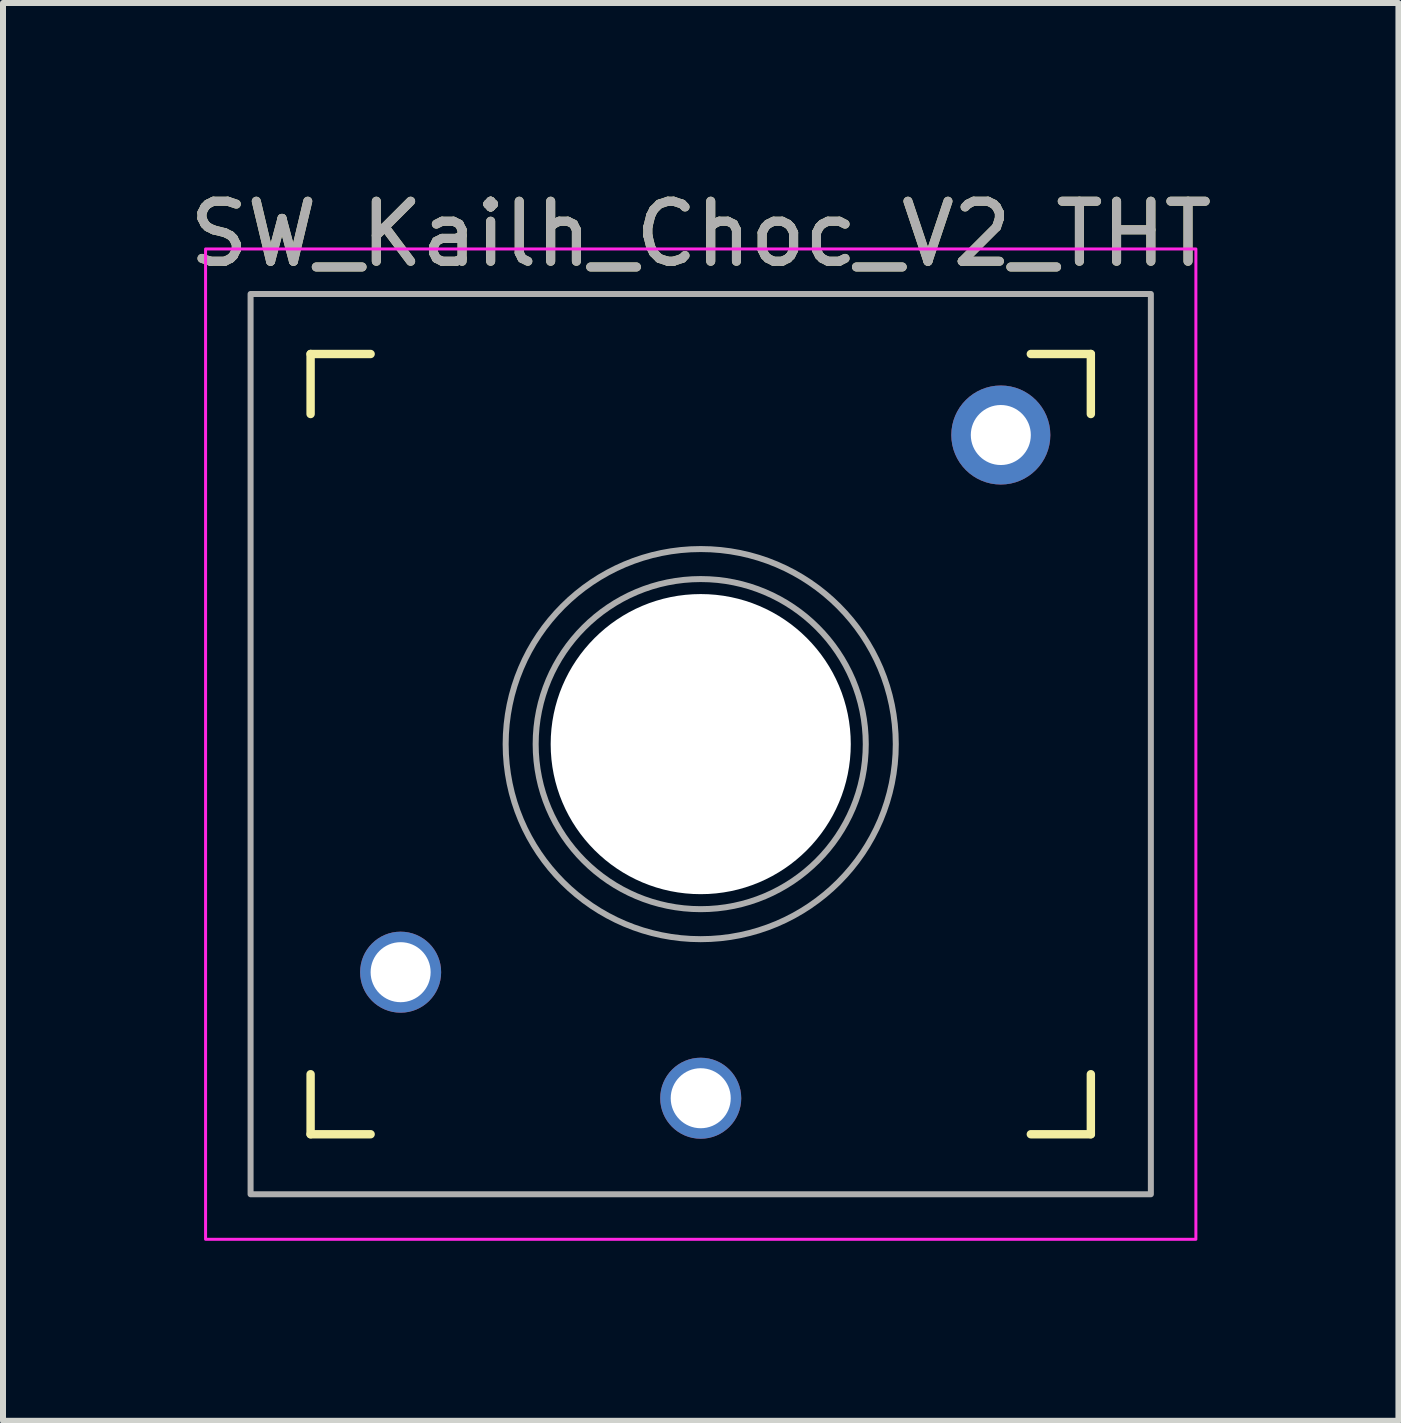
<source format=kicad_pcb>
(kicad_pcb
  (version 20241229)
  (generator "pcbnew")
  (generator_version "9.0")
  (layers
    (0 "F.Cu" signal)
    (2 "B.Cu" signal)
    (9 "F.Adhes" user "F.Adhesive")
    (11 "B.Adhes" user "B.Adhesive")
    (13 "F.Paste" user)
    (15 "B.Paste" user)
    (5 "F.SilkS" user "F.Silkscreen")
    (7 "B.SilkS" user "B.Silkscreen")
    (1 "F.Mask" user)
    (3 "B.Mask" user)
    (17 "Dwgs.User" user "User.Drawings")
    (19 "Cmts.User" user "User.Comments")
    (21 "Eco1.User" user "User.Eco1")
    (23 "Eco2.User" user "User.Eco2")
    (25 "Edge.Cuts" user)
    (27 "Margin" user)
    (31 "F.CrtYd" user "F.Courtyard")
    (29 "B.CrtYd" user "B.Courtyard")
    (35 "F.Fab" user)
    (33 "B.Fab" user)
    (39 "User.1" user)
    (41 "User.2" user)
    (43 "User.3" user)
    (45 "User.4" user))
  (footprint "SW_Kailh_Choc_V2_THT"
    (layer "F.Cu")
    (at 8.625 9.348)
    (property "Reference" "SW_Kailh_Choc_V2_THT" (at 0 -8.5 0) (unlocked yes) (layer "F.SilkS") (effects (font (size 1 1) (thickness 0.15))))
    (attr through_hole)
    (fp_line (start -6.5 -5.5) (end -6.5 -6.5) (stroke (width 0.14) (type solid)) (layer "F.SilkS"))
    (fp_line (start -6.5 6.5) (end -6.5 5.5) (stroke (width 0.14) (type solid)) (layer "F.SilkS"))
    (fp_line (start -6.5 6.5) (end -5.5 6.5) (stroke (width 0.14) (type solid)) (layer "F.SilkS"))
    (fp_line (start -5.5 -6.5) (end -6.5 -6.5) (stroke (width 0.14) (type solid)) (layer "F.SilkS"))
    (fp_line (start 5.5 6.5) (end 6.5 6.5) (stroke (width 0.14) (type solid)) (layer "F.SilkS"))
    (fp_line (start 6.5 -6.5) (end 5.5 -6.5) (stroke (width 0.14) (type solid)) (layer "F.SilkS"))
    (fp_line (start 6.5 -6.5) (end 6.5 -5.5) (stroke (width 0.14) (type solid)) (layer "F.SilkS"))
    (fp_line (start 6.5 5.5) (end 6.5 6.5) (stroke (width 0.14) (type solid)) (layer "F.SilkS"))
    (fp_rect (start -8.25 -8.25) (end 8.25 8.25) (stroke (width 0.05) (type solid)) (fill no) (layer "F.CrtYd"))
    (fp_rect (start 7.5 7.5) (end -7.5 -7.5) (stroke (width 0.1) (type solid)) (fill no) (layer "F.Fab"))
    (fp_circle (center 0 0) (end 2.75 0) (stroke (width 0.1) (type default)) (fill no) (layer "F.Fab"))
    (fp_circle (center 0 0) (end 3.25 0) (stroke (width 0.1) (type default)) (fill no) (layer "F.Fab"))
    (fp_poly (pts (xy -2.05 -0.65) (xy -0.7 -0.65) (xy -0.7 -2) (xy 0.6 -2) (xy 0.6 -0.65) (xy 1.95 -0.65) (xy 1.95 0.65) (xy 0.6 0.65) (xy 0.6 2) (xy -0.7 2) (xy -0.7 0.65) (xy -2.05 0.65)) (stroke (width 0.1) (type solid)) (fill no) (layer "F.Fab"))
    (fp_text user "${REFERENCE}" (at 0 -8.5 0) (unlocked yes) (layer "F.Fab") (effects (font (size 1 1) (thickness 0.15))))
    (pad "" np_thru_hole circle (at 0 0 180) (size 5 5) (drill 5) (layers "*.Cu" "*.Mask"))
    (pad "" thru_hole circle (at 5 -5.15) (size 1.65 1.65) (drill 1) (layers "*.Cu" "*.Mask"))
    (pad "1" thru_hole circle (at 0 5.9 180) (size 1.35 1.35) (drill 1) (layers "*.Cu" "B.Mask"))
    (pad "2" thru_hole circle (at -5 3.8 180) (size 1.35 1.35) (drill 1) (layers "*.Cu" "B.Mask")))
  (gr_rect
    (start -3 -3)
    (end 20.25 20.623)
    (stroke (width 0.1) (type default))
    (fill no)
    (layer "Edge.Cuts")))
</source>
